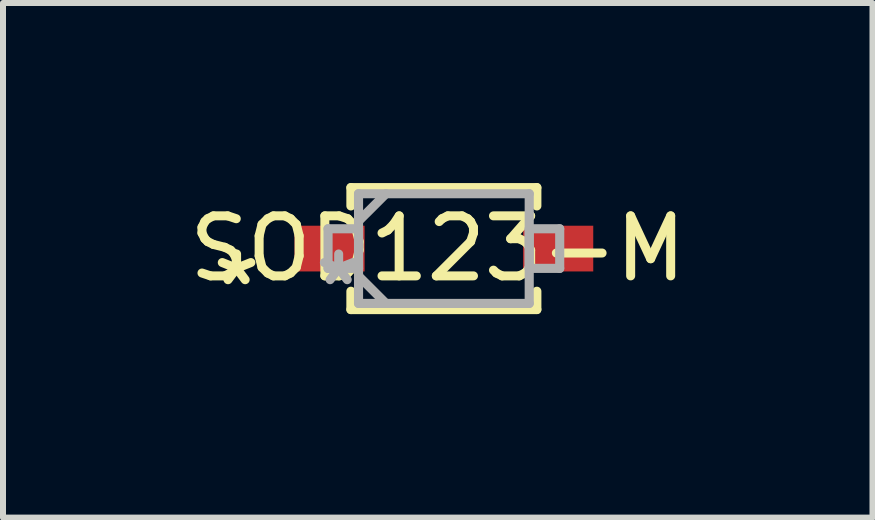
<source format=kicad_pcb>
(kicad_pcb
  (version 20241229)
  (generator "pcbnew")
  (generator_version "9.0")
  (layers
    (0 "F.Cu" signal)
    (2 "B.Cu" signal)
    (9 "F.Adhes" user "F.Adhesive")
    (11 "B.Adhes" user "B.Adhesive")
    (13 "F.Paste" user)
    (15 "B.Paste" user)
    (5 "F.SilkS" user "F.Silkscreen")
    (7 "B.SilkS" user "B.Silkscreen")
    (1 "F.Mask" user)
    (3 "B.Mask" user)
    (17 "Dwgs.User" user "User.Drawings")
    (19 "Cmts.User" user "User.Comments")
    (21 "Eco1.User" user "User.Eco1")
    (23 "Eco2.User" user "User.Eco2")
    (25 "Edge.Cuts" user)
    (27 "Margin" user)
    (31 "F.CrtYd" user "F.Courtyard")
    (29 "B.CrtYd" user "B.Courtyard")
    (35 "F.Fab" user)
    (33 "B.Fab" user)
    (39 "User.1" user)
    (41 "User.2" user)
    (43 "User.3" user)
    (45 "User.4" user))
  (footprint "SOD123-M"
    (layer "F.Cu")
    (at 4.346 1.092)
    (property "Reference" "SOD123-M" (at -0.102 0 0) (layer "F.SilkS") (effects (font (size 1 1) (thickness 0.15))))
    (attr through_hole)
    (fp_line (start -1.549 -1.016) (end -1.549 -0.711) (stroke (width 0.152) (type solid)) (layer "F.SilkS"))
    (fp_line (start -1.549 0.711) (end -1.549 1.016) (stroke (width 0.152) (type solid)) (layer "F.SilkS"))
    (fp_line (start -1.549 1.016) (end 1.549 1.016) (stroke (width 0.152) (type solid)) (layer "F.SilkS"))
    (fp_line (start 1.549 -1.016) (end -1.549 -1.016) (stroke (width 0.152) (type solid)) (layer "F.SilkS"))
    (fp_line (start 1.549 -0.711) (end 1.549 -1.016) (stroke (width 0.152) (type solid)) (layer "F.SilkS"))
    (fp_line (start 1.549 1.016) (end 1.549 0.711) (stroke (width 0.152) (type solid)) (layer "F.SilkS"))
    (fp_line (start -1.93 -0.33) (end -1.93 0.33) (stroke (width 0.152) (type solid)) (layer "F.Fab"))
    (fp_line (start -1.93 0.33) (end -1.422 0.33) (stroke (width 0.152) (type solid)) (layer "F.Fab"))
    (fp_line (start -1.422 -0.914) (end -1.422 0.914) (stroke (width 0.152) (type solid)) (layer "F.Fab"))
    (fp_line (start -1.422 -0.457) (end -0.965 -0.914) (stroke (width 0.152) (type solid)) (layer "F.Fab"))
    (fp_line (start -1.422 -0.33) (end -1.93 -0.33) (stroke (width 0.152) (type solid)) (layer "F.Fab"))
    (fp_line (start -1.422 0.33) (end -1.422 -0.33) (stroke (width 0.152) (type solid)) (layer "F.Fab"))
    (fp_line (start -1.422 0.457) (end -0.965 0.914) (stroke (width 0.152) (type solid)) (layer "F.Fab"))
    (fp_line (start -1.422 0.914) (end 1.422 0.914) (stroke (width 0.152) (type solid)) (layer "F.Fab"))
    (fp_line (start 1.422 -0.914) (end -1.422 -0.914) (stroke (width 0.152) (type solid)) (layer "F.Fab"))
    (fp_line (start 1.422 -0.33) (end 1.422 0.33) (stroke (width 0.152) (type solid)) (layer "F.Fab"))
    (fp_line (start 1.422 0.33) (end 1.93 0.33) (stroke (width 0.152) (type solid)) (layer "F.Fab"))
    (fp_line (start 1.422 0.914) (end 1.422 -0.914) (stroke (width 0.152) (type solid)) (layer "F.Fab"))
    (fp_line (start 1.93 -0.33) (end 1.422 -0.33) (stroke (width 0.152) (type solid)) (layer "F.Fab"))
    (fp_line (start 1.93 0.33) (end 1.93 -0.33) (stroke (width 0.152) (type solid)) (layer "F.Fab"))
    (fp_text user "*" (at -3.454 0.635 0) (layer "F.SilkS") (effects (font (size 1 1) (thickness 0.15))))
    (fp_text user "*" (at -1.753 0.635 0) (layer "F.Fab") (effects (font (size 1 1) (thickness 0.15))))
    (pad "1" smd rect (at -1.905 0) (size 1.168 0.762) (layers "F.Cu" "F.Mask" "F.Paste"))
    (pad "2" smd rect (at 1.905 0) (size 1.168 0.762) (layers "F.Cu" "F.Mask" "F.Paste"))
    (zone (net_name "") (layer "F.Cu") (hatch full 0.508) (connect_pads) (min_thickness 0.152) (filled_areas_thickness no) (keepout (tracks not_allowed) (vias not_allowed) (pads not_allowed) (copperpour not_allowed) (footprints allowed)) (placement (enabled no)) (fill) (polygon (pts (xy 3.076 0.241) (xy 5.616 0.241) (xy 5.616 1.943) (xy 3.076 1.943))))
    (zone (net_name "") (layer "F.Cu") (hatch full 0.508) (connect_pads) (min_thickness 0.152) (filled_areas_thickness no) (keepout (tracks not_allowed) (vias not_allowed) (pads not_allowed) (copperpour not_allowed) (footprints allowed)) (placement (enabled no)) (fill) (polygon (pts (xy 3.076 0.241) (xy 5.616 0.241) (xy 5.616 1.943) (xy 3.076 1.943)))))
  (gr_rect
    (start -3 -3)
    (end 11.488 5.575)
    (stroke (width 0.1) (type default))
    (fill no)
    (layer "Edge.Cuts")))
</source>
